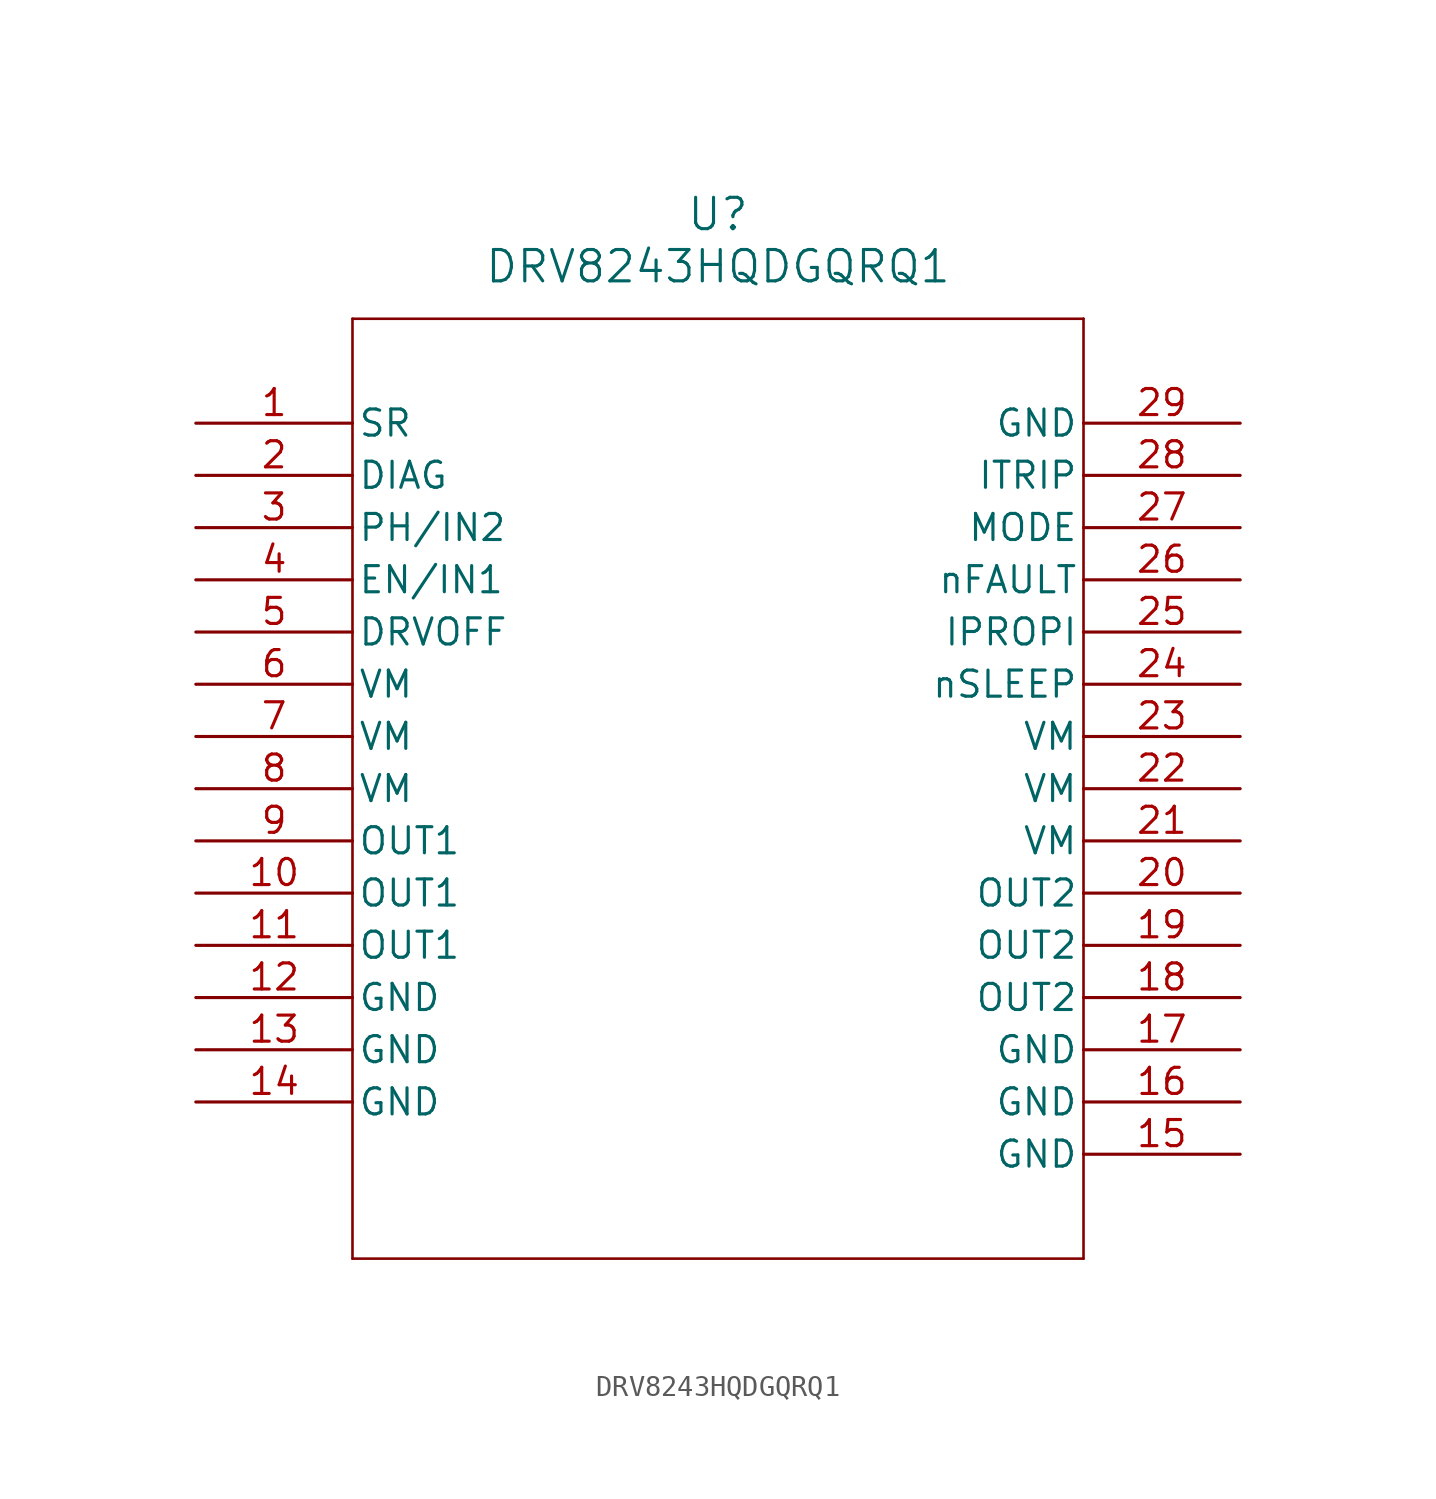
<source format=kicad_sym>
(kicad_symbol_lib
  (version 20231120)
  (generator "kicad_symbol_editor")
  (generator_version "8.0")
  (symbol "DRV8243HQDGQRQ1"
    (pin_names
      (offset 0.254))
    (property "Reference" "U"
      (at 25.4 10.16 0)
      (effects (font (size 1.524 1.524))))
    (property "Value" "DRV8243HQDGQRQ1"
      (at 25.4 7.62 0)
      (effects (font (size 1.524 1.524))))
    (property "ki_locked" ""
      (at 0 0 0)
      (effects (font (size 1.27 1.27))))
    (symbol "DRV8243HQDGQRQ1_0_1"
      (polyline (pts (xy 7.62 -40.64) (xy 43.18 -40.64)) (stroke (width 0.127) (type default)) (fill (type none)))
      (polyline (pts (xy 7.62 5.08) (xy 7.62 -40.64)) (stroke (width 0.127) (type default)) (fill (type none)))
      (polyline (pts (xy 43.18 -40.64) (xy 43.18 5.08)) (stroke (width 0.127) (type default)) (fill (type none)))
      (polyline (pts (xy 43.18 5.08) (xy 7.62 5.08)) (stroke (width 0.127) (type default)) (fill (type none)))
      (pin input line (at 0 0 0) (length 7.62) (name "SR" (effects (font (size 1.27 1.27)))) (number "1" (effects (font (size 1.27 1.27)))))
      (pin power_in line (at 0 -22.86 0) (length 7.62) (name "OUT1" (effects (font (size 1.27 1.27)))) (number "10" (effects (font (size 1.27 1.27)))))
      (pin power_in line (at 0 -25.4 0) (length 7.62) (name "OUT1" (effects (font (size 1.27 1.27)))) (number "11" (effects (font (size 1.27 1.27)))))
      (pin power_out line (at 0 -27.94 0) (length 7.62) (name "GND" (effects (font (size 1.27 1.27)))) (number "12" (effects (font (size 1.27 1.27)))))
      (pin power_out line (at 0 -30.48 0) (length 7.62) (name "GND" (effects (font (size 1.27 1.27)))) (number "13" (effects (font (size 1.27 1.27)))))
      (pin power_out line (at 0 -33.02 0) (length 7.62) (name "GND" (effects (font (size 1.27 1.27)))) (number "14" (effects (font (size 1.27 1.27)))))
      (pin power_out line (at 50.8 -35.56 180) (length 7.62) (name "GND" (effects (font (size 1.27 1.27)))) (number "15" (effects (font (size 1.27 1.27)))))
      (pin power_out line (at 50.8 -33.02 180) (length 7.62) (name "GND" (effects (font (size 1.27 1.27)))) (number "16" (effects (font (size 1.27 1.27)))))
      (pin power_out line (at 50.8 -30.48 180) (length 7.62) (name "GND" (effects (font (size 1.27 1.27)))) (number "17" (effects (font (size 1.27 1.27)))))
      (pin power_in line (at 50.8 -27.94 180) (length 7.62) (name "OUT2" (effects (font (size 1.27 1.27)))) (number "18" (effects (font (size 1.27 1.27)))))
      (pin power_in line (at 50.8 -25.4 180) (length 7.62) (name "OUT2" (effects (font (size 1.27 1.27)))) (number "19" (effects (font (size 1.27 1.27)))))
      (pin input line (at 0 -2.54 0) (length 7.62) (name "DIAG" (effects (font (size 1.27 1.27)))) (number "2" (effects (font (size 1.27 1.27)))))
      (pin power_in line (at 50.8 -22.86 180) (length 7.62) (name "OUT2" (effects (font (size 1.27 1.27)))) (number "20" (effects (font (size 1.27 1.27)))))
      (pin power_in line (at 50.8 -20.32 180) (length 7.62) (name "VM" (effects (font (size 1.27 1.27)))) (number "21" (effects (font (size 1.27 1.27)))))
      (pin power_in line (at 50.8 -17.78 180) (length 7.62) (name "VM" (effects (font (size 1.27 1.27)))) (number "22" (effects (font (size 1.27 1.27)))))
      (pin power_in line (at 50.8 -15.24 180) (length 7.62) (name "VM" (effects (font (size 1.27 1.27)))) (number "23" (effects (font (size 1.27 1.27)))))
      (pin input line (at 50.8 -12.7 180) (length 7.62) (name "nSLEEP" (effects (font (size 1.27 1.27)))) (number "24" (effects (font (size 1.27 1.27)))))
      (pin bidirectional line (at 50.8 -10.16 180) (length 7.62) (name "IPROPI" (effects (font (size 1.27 1.27)))) (number "25" (effects (font (size 1.27 1.27)))))
      (pin output line (at 50.8 -7.62 180) (length 7.62) (name "nFAULT" (effects (font (size 1.27 1.27)))) (number "26" (effects (font (size 1.27 1.27)))))
      (pin input line (at 50.8 -5.08 180) (length 7.62) (name "MODE" (effects (font (size 1.27 1.27)))) (number "27" (effects (font (size 1.27 1.27)))))
      (pin input line (at 50.8 -2.54 180) (length 7.62) (name "ITRIP" (effects (font (size 1.27 1.27)))) (number "28" (effects (font (size 1.27 1.27)))))
      (pin power_out line (at 50.8 0 180) (length 7.62) (name "GND" (effects (font (size 1.27 1.27)))) (number "29" (effects (font (size 1.27 1.27)))))
      (pin input line (at 0 -5.08 0) (length 7.62) (name "PH/IN2" (effects (font (size 1.27 1.27)))) (number "3" (effects (font (size 1.27 1.27)))))
      (pin input line (at 0 -7.62 0) (length 7.62) (name "EN/IN1" (effects (font (size 1.27 1.27)))) (number "4" (effects (font (size 1.27 1.27)))))
      (pin input line (at 0 -10.16 0) (length 7.62) (name "DRVOFF" (effects (font (size 1.27 1.27)))) (number "5" (effects (font (size 1.27 1.27)))))
      (pin power_in line (at 0 -12.7 0) (length 7.62) (name "VM" (effects (font (size 1.27 1.27)))) (number "6" (effects (font (size 1.27 1.27)))))
      (pin power_in line (at 0 -15.24 0) (length 7.62) (name "VM" (effects (font (size 1.27 1.27)))) (number "7" (effects (font (size 1.27 1.27)))))
      (pin power_in line (at 0 -17.78 0) (length 7.62) (name "VM" (effects (font (size 1.27 1.27)))) (number "8" (effects (font (size 1.27 1.27)))))
      (pin power_in line (at 0 -20.32 0) (length 7.62) (name "OUT1" (effects (font (size 1.27 1.27)))) (number "9" (effects (font (size 1.27 1.27))))))))
</source>
